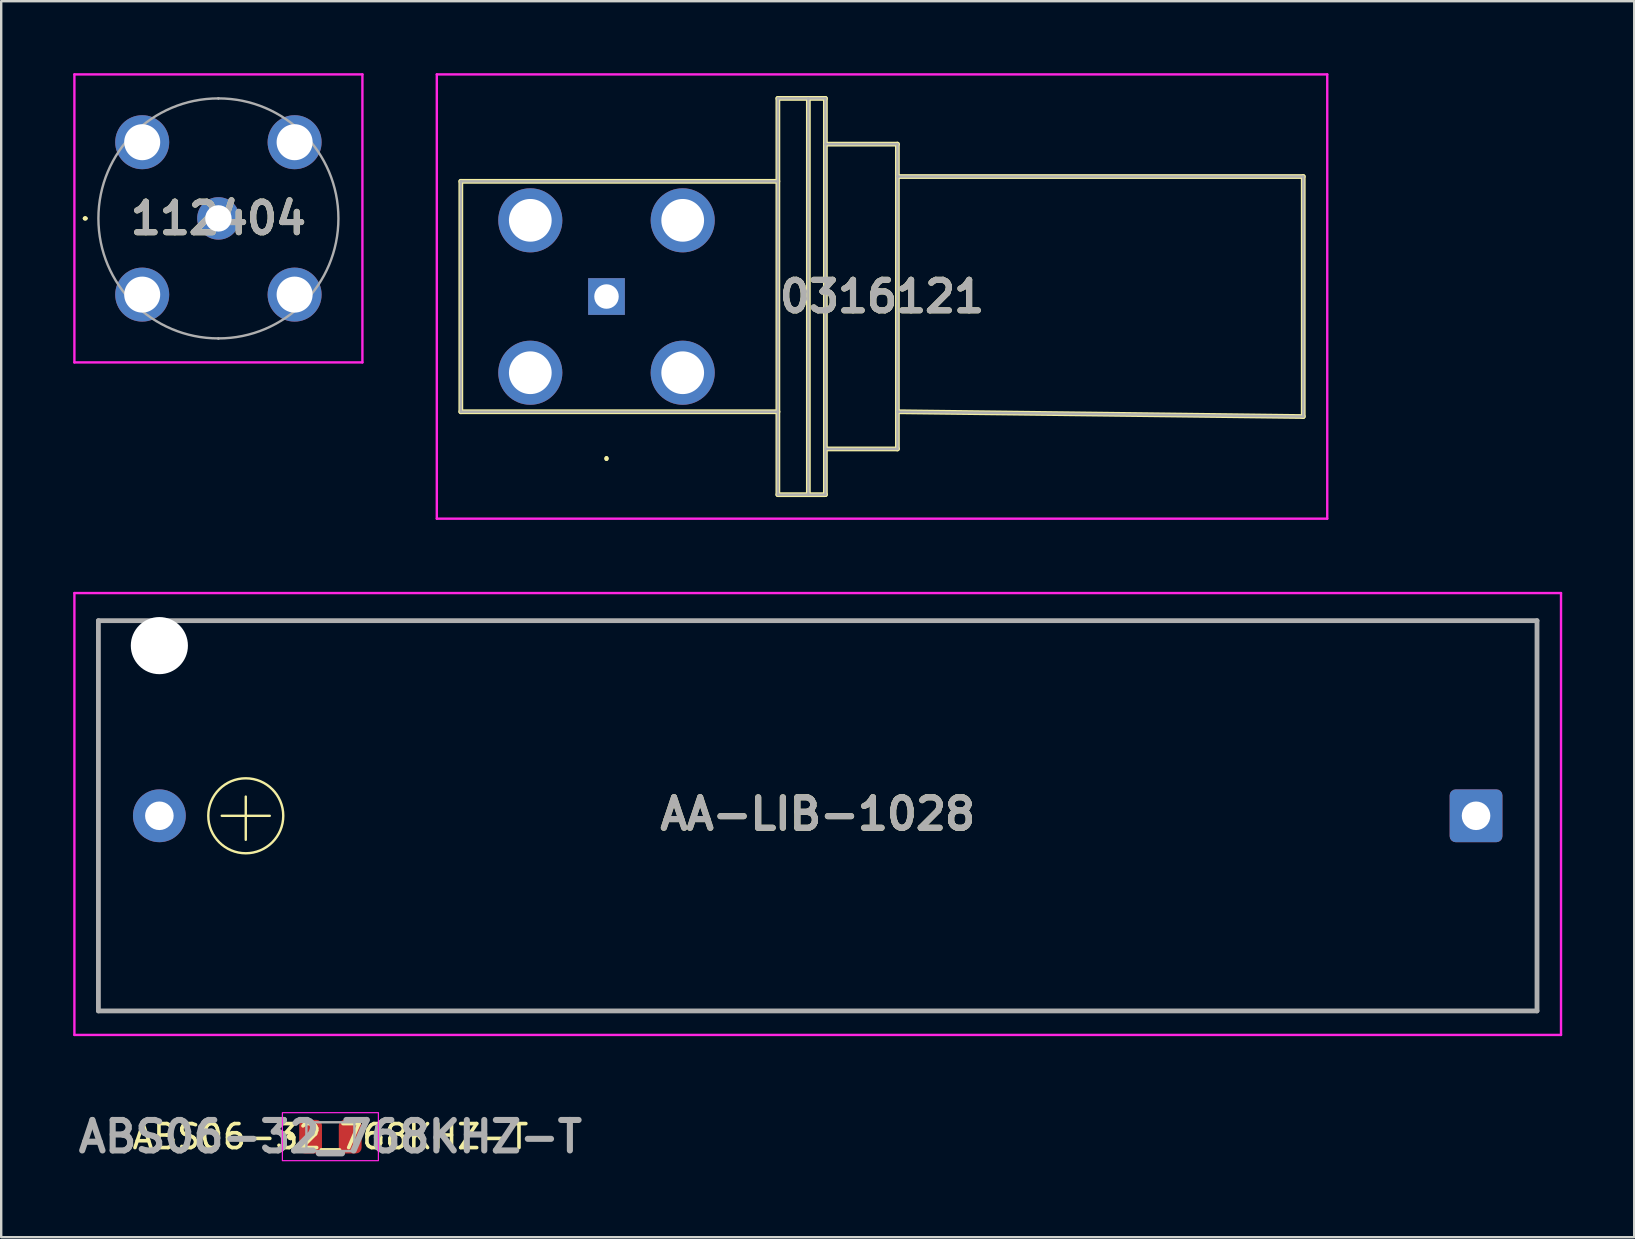
<source format=kicad_pcb>
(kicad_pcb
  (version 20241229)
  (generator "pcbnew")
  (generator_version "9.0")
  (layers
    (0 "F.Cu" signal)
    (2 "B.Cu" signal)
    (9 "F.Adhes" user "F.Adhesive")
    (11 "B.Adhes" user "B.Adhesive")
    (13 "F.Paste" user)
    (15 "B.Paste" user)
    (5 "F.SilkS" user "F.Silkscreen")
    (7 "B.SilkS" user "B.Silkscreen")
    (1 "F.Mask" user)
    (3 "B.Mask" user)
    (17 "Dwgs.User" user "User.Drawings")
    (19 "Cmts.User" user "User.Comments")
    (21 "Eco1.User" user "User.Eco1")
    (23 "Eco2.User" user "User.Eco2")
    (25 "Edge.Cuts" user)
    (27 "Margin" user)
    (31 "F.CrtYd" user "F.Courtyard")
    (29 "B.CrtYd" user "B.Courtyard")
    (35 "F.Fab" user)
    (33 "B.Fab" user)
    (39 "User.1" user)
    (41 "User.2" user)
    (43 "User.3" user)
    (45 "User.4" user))
  (footprint "112404"
    (layer "F.Cu")
    (at 6.05 6.05)
    (property "Reference" "112404" (at 0 0 0) (layer "F.SilkS") (effects (font (size 1.27 1.27) (thickness 0.254))))
    (attr through_hole)
    (fp_line (start -5.6 0) (end -5.6 0) (stroke (width 0.1) (type solid)) (layer "F.SilkS"))
    (fp_line (start -5.5 0) (end -5.5 0) (stroke (width 0.1) (type solid)) (layer "F.SilkS"))
    (fp_arc (start -5.6 0) (mid -5.55 -0.05) (end -5.5 0) (stroke (width 0.1) (type solid)) (layer "F.SilkS"))
    (fp_arc (start -5.5 0) (mid -5.55 0.05) (end -5.6 0) (stroke (width 0.1) (type solid)) (layer "F.SilkS"))
    (fp_line (start -6 -6) (end 6 -6) (stroke (width 0.1) (type solid)) (layer "F.CrtYd"))
    (fp_line (start -6 6) (end -6 -6) (stroke (width 0.1) (type solid)) (layer "F.CrtYd"))
    (fp_line (start 6 -6) (end 6 6) (stroke (width 0.1) (type solid)) (layer "F.CrtYd"))
    (fp_line (start 6 6) (end -6 6) (stroke (width 0.1) (type solid)) (layer "F.CrtYd"))
    (fp_line (start 0 -5) (end 0 -5) (stroke (width 0.1) (type solid)) (layer "F.Fab"))
    (fp_line (start 0 5) (end 0 5) (stroke (width 0.1) (type solid)) (layer "F.Fab"))
    (fp_arc (start 0 -5) (mid 5 0) (end 0 5) (stroke (width 0.1) (type solid)) (layer "F.Fab"))
    (fp_arc (start 0 5) (mid -5 0) (end 0 -5) (stroke (width 0.1) (type solid)) (layer "F.Fab"))
    (fp_text user "${REFERENCE}" (at 0 0 0) (layer "F.Fab") (effects (font (size 1.27 1.27) (thickness 0.254))))
    (pad "1" thru_hole circle (at 0 0) (size 1.77 1.77) (drill 1.1) (layers "*.Cu" "*.Mask"))
    (pad "2" thru_hole circle (at -3.175 -3.175) (size 2.25 2.25) (drill 1.5) (layers "*.Cu" "*.Mask"))
    (pad "2" thru_hole circle (at -3.175 3.175) (size 2.25 2.25) (drill 1.5) (layers "*.Cu" "*.Mask"))
    (pad "2" thru_hole circle (at 3.175 -3.175) (size 2.25 2.25) (drill 1.5) (layers "*.Cu" "*.Mask"))
    (pad "2" thru_hole circle (at 3.175 3.175) (size 2.25 2.25) (drill 1.5) (layers "*.Cu" "*.Mask")))
  (footprint "ABS06-32_768KHZ-T"
    (layer "F.Cu")
    (at 10.716 44.309)
    (property "Reference" "ABS06-32_768KHZ-T" (at 0 0 0) (layer "F.SilkS") (effects (font (size 1 1) (thickness 0.15))))
    (attr smd)
    (fp_line (start -1.7 0) (end -1.7 0) (stroke (width 0.2) (type solid)) (layer "F.SilkS"))
    (fp_line (start -1.7 0) (end -1.7 0) (stroke (width 0.2) (type solid)) (layer "F.SilkS"))
    (fp_line (start -1.6 0) (end -1.6 0) (stroke (width 0.2) (type solid)) (layer "F.SilkS"))
    (fp_arc (start -1.7 0) (mid -1.65 -0.05) (end -1.6 0) (stroke (width 0.2) (type solid)) (layer "F.SilkS"))
    (fp_arc (start -1.6 0) (mid -1.65 0.05) (end -1.7 0) (stroke (width 0.2) (type solid)) (layer "F.SilkS"))
    (fp_arc (start -1.6 0) (mid -1.65 0.05) (end -1.7 0) (stroke (width 0.2) (type solid)) (layer "F.SilkS"))
    (fp_rect (start -2 -1) (end 2 1) (stroke (width 0.05) (type default)) (fill no) (layer "F.CrtYd"))
    (fp_line (start -1 -0.6) (end -1 0.6) (stroke (width 0.1) (type solid)) (layer "F.Fab"))
    (fp_line (start -1 0.6) (end 1 0.6) (stroke (width 0.1) (type solid)) (layer "F.Fab"))
    (fp_line (start 1 -0.6) (end -1 -0.6) (stroke (width 0.1) (type solid)) (layer "F.Fab"))
    (fp_line (start 1 0.6) (end 1 -0.6) (stroke (width 0.1) (type solid)) (layer "F.Fab"))
    (fp_text user "${REFERENCE}" (at 0 0 0) (layer "F.Fab") (effects (font (size 1.27 1.27) (thickness 0.254))))
    (pad "1" smd roundrect (at -0.825 0) (size 0.95 1.4) (layers "F.Cu" "F.Mask" "F.Paste") (roundrect_rratio 0.25))
    (pad "2" smd roundrect (at 0.825 0) (size 0.95 1.4) (layers "F.Cu" "F.Mask" "F.Paste") (roundrect_rratio 0.25)))
  (footprint "AA-LIB-1028"
    (layer "F.Cu")
    (at 3.59 30.94)
    (property "Reference" "AA-LIB-1028" (at 27.43 -0.075 0) (layer "F.SilkS") (effects (font (size 1.27 1.27) (thickness 0.254))))
    (attr through_hole)
    (fp_line (start -2.54 -8.13) (end -2.54 8.13) (stroke (width 0.1) (type solid)) (layer "F.SilkS"))
    (fp_line (start -2.54 8.13) (end 57.4 8.13) (stroke (width 0.1) (type solid)) (layer "F.SilkS"))
    (fp_line (start -1.57 -8.13) (end -2.54 -8.13) (stroke (width 0.1) (type solid)) (layer "F.SilkS"))
    (fp_line (start 2.6 0) (end 4.6 0) (stroke (width 0.1) (type default)) (layer "F.SilkS"))
    (fp_line (start 3.6 -0.8) (end 3.6 1) (stroke (width 0.1) (type default)) (layer "F.SilkS"))
    (fp_line (start 57.4 -8.13) (end 1.43 -8.13) (stroke (width 0.1) (type solid)) (layer "F.SilkS"))
    (fp_line (start 57.4 8.13) (end 57.4 -8.13) (stroke (width 0.1) (type solid)) (layer "F.SilkS"))
    (fp_circle (center 3.6 0) (end 4.6 1.2) (stroke (width 0.1) (type default)) (fill no) (layer "F.SilkS"))
    (fp_line (start -3.54 -9.28) (end 58.4 -9.28) (stroke (width 0.1) (type solid)) (layer "F.CrtYd"))
    (fp_line (start -3.54 9.13) (end -3.54 -9.28) (stroke (width 0.1) (type solid)) (layer "F.CrtYd"))
    (fp_line (start 58.4 -9.28) (end 58.4 9.13) (stroke (width 0.1) (type solid)) (layer "F.CrtYd"))
    (fp_line (start 58.4 9.13) (end -3.54 9.13) (stroke (width 0.1) (type solid)) (layer "F.CrtYd"))
    (fp_line (start -2.54 -8.13) (end 57.4 -8.13) (stroke (width 0.2) (type solid)) (layer "F.Fab"))
    (fp_line (start -2.54 8.13) (end -2.54 -8.13) (stroke (width 0.2) (type solid)) (layer "F.Fab"))
    (fp_line (start 57.4 -8.13) (end 57.4 8.13) (stroke (width 0.2) (type solid)) (layer "F.Fab"))
    (fp_line (start 57.4 8.13) (end -2.54 8.13) (stroke (width 0.2) (type solid)) (layer "F.Fab"))
    (fp_text user "${REFERENCE}" (at 27.43 -0.075 0) (layer "F.Fab") (effects (font (size 1.27 1.27) (thickness 0.254))))
    (pad "" np_thru_hole circle (at 0 -7.09) (size 2.38 2.38) (drill 2.38) (layers "*.Cu" "*.Mask"))
    (pad "1" thru_hole circle (at 0 0) (size 2.2 2.2) (drill 1.19) (layers "*.Cu" "*.Mask"))
    (pad "2" thru_hole roundrect (at 54.86 0) (size 2.2 2.2) (drill 1.19) (layers "*.Cu" "*.Mask") (roundrect_rratio 0.114)))
  (footprint "0316121"
    (layer "F.Cu")
    (at 22.22 9.305)
    (property "Reference" "0316121" (at 11.48 0 0) (layer "F.SilkS") (effects (font (size 1.27 1.27) (thickness 0.254))))
    (attr through_hole)
    (fp_line (start -6.07 -4.8) (end -6.07 4.8) (stroke (width 0.2) (type solid)) (layer "F.SilkS"))
    (fp_line (start -6.07 4.8) (end 7.14 4.8) (stroke (width 0.2) (type solid)) (layer "F.SilkS"))
    (fp_line (start 0 6.7) (end 0 6.7) (stroke (width 0.1) (type solid)) (layer "F.SilkS"))
    (fp_line (start 0 6.8) (end 0 6.8) (stroke (width 0.1) (type solid)) (layer "F.SilkS"))
    (fp_line (start 7.14 -8.255) (end 9.12 -8.255) (stroke (width 0.2) (type solid)) (layer "F.SilkS"))
    (fp_line (start 7.14 -4.8) (end -6.07 -4.8) (stroke (width 0.2) (type solid)) (layer "F.SilkS"))
    (fp_line (start 7.14 4.8) (end 7.14 -8.255) (stroke (width 0.2) (type solid)) (layer "F.SilkS"))
    (fp_line (start 7.14 8.255) (end 7.14 4.8) (stroke (width 0.2) (type solid)) (layer "F.SilkS"))
    (fp_line (start 8.41 8.255) (end 8.41 -8.255) (stroke (width 0.2) (type solid)) (layer "F.SilkS"))
    (fp_line (start 9.12 -8.255) (end 9.12 -6.35) (stroke (width 0.2) (type solid)) (layer "F.SilkS"))
    (fp_line (start 9.12 -6.35) (end 12.12 -6.35) (stroke (width 0.2) (type solid)) (layer "F.SilkS"))
    (fp_line (start 9.12 6.35) (end 9.12 -6.35) (stroke (width 0.2) (type solid)) (layer "F.SilkS"))
    (fp_line (start 9.12 6.35) (end 9.12 8.255) (stroke (width 0.2) (type solid)) (layer "F.SilkS"))
    (fp_line (start 9.12 8.255) (end 7.14 8.255) (stroke (width 0.2) (type solid)) (layer "F.SilkS"))
    (fp_line (start 12.12 -6.35) (end 12.12 -5) (stroke (width 0.2) (type solid)) (layer "F.SilkS"))
    (fp_line (start 12.12 -5) (end 29.03 -5) (stroke (width 0.2) (type solid)) (layer "F.SilkS"))
    (fp_line (start 12.12 4.8) (end 12.12 -5) (stroke (width 0.2) (type solid)) (layer "F.SilkS"))
    (fp_line (start 12.12 4.8) (end 12.12 6.35) (stroke (width 0.2) (type solid)) (layer "F.SilkS"))
    (fp_line (start 12.12 6.35) (end 9.12 6.35) (stroke (width 0.2) (type solid)) (layer "F.SilkS"))
    (fp_line (start 29.03 -5) (end 29.03 5) (stroke (width 0.2) (type solid)) (layer "F.SilkS"))
    (fp_line (start 29.03 5) (end 12.12 4.8) (stroke (width 0.2) (type solid)) (layer "F.SilkS"))
    (fp_arc (start 0 6.7) (mid 0.05 6.75) (end 0 6.8) (stroke (width 0.1) (type solid)) (layer "F.SilkS"))
    (fp_arc (start 0 6.8) (mid -0.05 6.75) (end 0 6.7) (stroke (width 0.1) (type solid)) (layer "F.SilkS"))
    (fp_line (start -7.07 -9.255) (end 30.03 -9.255) (stroke (width 0.1) (type solid)) (layer "F.CrtYd"))
    (fp_line (start -7.07 9.255) (end -7.07 -9.255) (stroke (width 0.1) (type solid)) (layer "F.CrtYd"))
    (fp_line (start 30.03 -9.255) (end 30.03 9.255) (stroke (width 0.1) (type solid)) (layer "F.CrtYd"))
    (fp_line (start 30.03 9.255) (end -7.07 9.255) (stroke (width 0.1) (type solid)) (layer "F.CrtYd"))
    (fp_line (start -6.07 -4.8) (end 7.14 -4.8) (stroke (width 0.1) (type solid)) (layer "F.Fab"))
    (fp_line (start -6.07 4.8) (end -6.07 -4.8) (stroke (width 0.1) (type solid)) (layer "F.Fab"))
    (fp_line (start 7.14 -8.255) (end 9.12 -8.255) (stroke (width 0.1) (type solid)) (layer "F.Fab"))
    (fp_line (start 7.14 -4.8) (end 7.14 -8.255) (stroke (width 0.1) (type solid)) (layer "F.Fab"))
    (fp_line (start 7.14 -4.8) (end 7.14 4.8) (stroke (width 0.1) (type solid)) (layer "F.Fab"))
    (fp_line (start 7.14 4.8) (end -6.07 4.8) (stroke (width 0.1) (type solid)) (layer "F.Fab"))
    (fp_line (start 7.14 8.255) (end 7.14 4.8) (stroke (width 0.1) (type solid)) (layer "F.Fab"))
    (fp_line (start 8.41 -8.255) (end 8.41 8.255) (stroke (width 0.1) (type solid)) (layer "F.Fab"))
    (fp_line (start 9.12 -8.255) (end 9.12 8.255) (stroke (width 0.1) (type solid)) (layer "F.Fab"))
    (fp_line (start 9.12 -6.35) (end 12.12 -6.35) (stroke (width 0.1) (type solid)) (layer "F.Fab"))
    (fp_line (start 9.12 8.255) (end 7.14 8.255) (stroke (width 0.1) (type solid)) (layer "F.Fab"))
    (fp_line (start 12.12 -6.35) (end 12.12 6.35) (stroke (width 0.1) (type solid)) (layer "F.Fab"))
    (fp_line (start 12.12 -5) (end 29.03 -5) (stroke (width 0.1) (type solid)) (layer "F.Fab"))
    (fp_line (start 12.12 6.35) (end 9.12 6.35) (stroke (width 0.1) (type solid)) (layer "F.Fab"))
    (fp_line (start 29.03 -5) (end 29.03 5) (stroke (width 0.1) (type solid)) (layer "F.Fab"))
    (fp_line (start 29.03 5) (end 12.12 4.8) (stroke (width 0.1) (type solid)) (layer "F.Fab"))
    (fp_text user "${REFERENCE}" (at 11.48 0 0) (layer "F.Fab") (effects (font (size 1.27 1.27) (thickness 0.254))))
    (pad "1" thru_hole rect (at 0 0) (size 1.53 1.53) (drill 1.02) (layers "*.Cu" "*.Mask"))
    (pad "2" thru_hole circle (at -3.175 3.175) (size 2.67 2.67) (drill 1.78) (layers "*.Cu" "*.Mask"))
    (pad "3" thru_hole circle (at 3.175 3.175) (size 2.67 2.67) (drill 1.78) (layers "*.Cu" "*.Mask"))
    (pad "4" thru_hole circle (at 3.175 -3.175) (size 2.67 2.67) (drill 1.78) (layers "*.Cu" "*.Mask"))
    (pad "5" thru_hole circle (at -3.175 -3.175) (size 2.67 2.67) (drill 1.78) (layers "*.Cu" "*.Mask")))
  (gr_rect
    (start -3 -3)
    (end 65.04 48.497)
    (stroke (width 0.1) (type default))
    (fill no)
    (layer "Edge.Cuts")))
</source>
